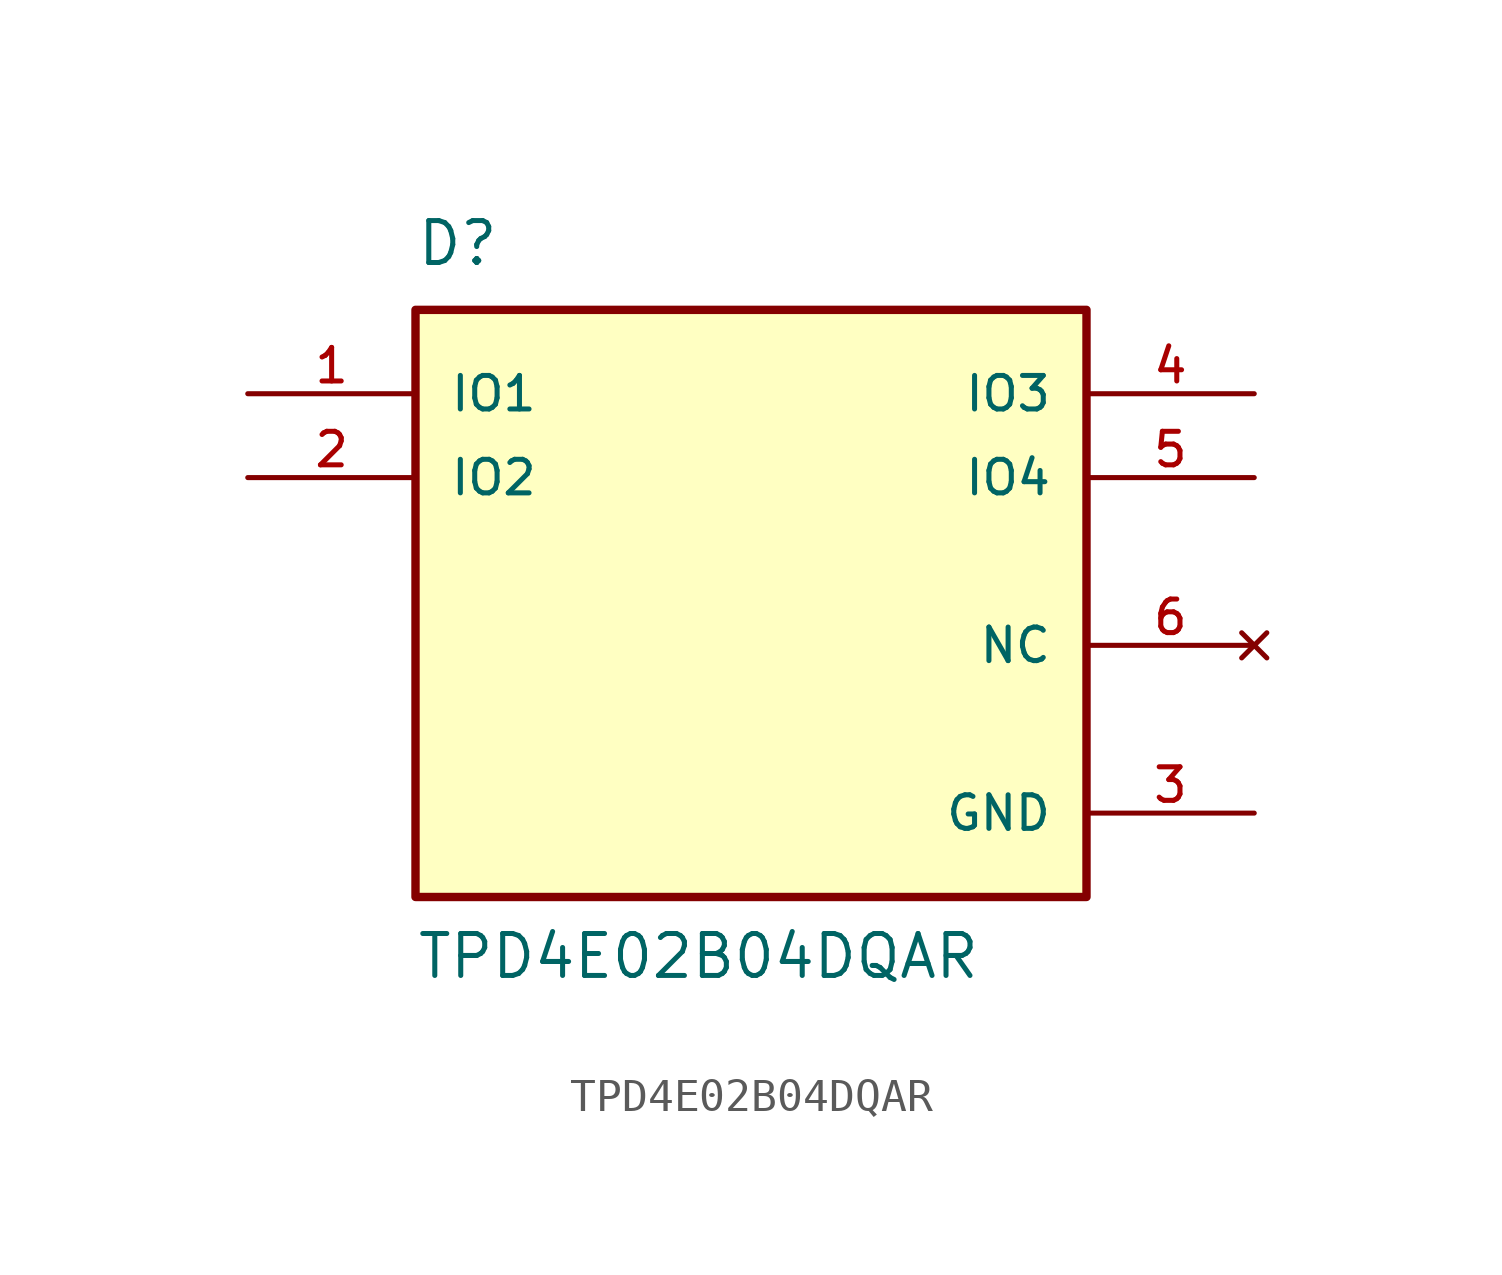
<source format=kicad_sym>
(kicad_symbol_lib
  (version 20211014)
  (generator kicad_symbol_editor)
  (symbol "TPD4E02B04DQAR"
    (pin_names
      (offset 1.016))
    (property "Reference" "D"
      (at -10.16 8.89 0)
      (effects (font (size 1.27 1.27)) (justify bottom left)))
    (property "Value" "TPD4E02B04DQAR"
      (at -10.16 -12.7 0)
      (effects (font (size 1.27 1.27)) (justify bottom left)))
    (symbol "TPD4E02B04DQAR_0_0"
      (rectangle (start -10.16 -10.16) (end 10.16 7.62) (stroke (width 0.254)) (fill (type background)))
      (pin bidirectional line (at -15.24 5.08 0) (length 5.08) (name "IO1" (effects (font (size 1.016 1.016)))) (number "1" (effects (font (size 1.016 1.016)))))
      (pin bidirectional line (at -15.24 2.54 0) (length 5.08) (name "IO2" (effects (font (size 1.016 1.016)))) (number "2" (effects (font (size 1.016 1.016)))))
      (pin bidirectional line (at 15.24 5.08 180.0) (length 5.08) (name "IO3" (effects (font (size 1.016 1.016)))) (number "4" (effects (font (size 1.016 1.016)))))
      (pin bidirectional line (at 15.24 2.54 180.0) (length 5.08) (name "IO4" (effects (font (size 1.016 1.016)))) (number "5" (effects (font (size 1.016 1.016)))))
      (pin power_in line (at 15.24 -7.62 180.0) (length 5.08) (name "GND" (effects (font (size 1.016 1.016)))) (number "3" (effects (font (size 1.016 1.016)))))
      (pin power_in line (at 15.24 -7.62 180.0) (length 5.08) hide (name "GND" (effects (font (size 1.016 1.016)))) (number "8" (effects (font (size 1.016 1.016)))))
      (pin no_connect line (at 15.24 -2.54 180.0) (length 5.08) (name "NC" (effects (font (size 1.016 1.016)))) (number "6" (effects (font (size 1.016 1.016)))))
      (pin no_connect line (at 15.24 -2.54 180.0) (length 5.08) hide (name "NC" (effects (font (size 1.016 1.016)))) (number "7" (effects (font (size 1.016 1.016)))))
      (pin no_connect line (at 15.24 -2.54 180.0) (length 5.08) hide (name "NC" (effects (font (size 1.016 1.016)))) (number "9" (effects (font (size 1.016 1.016)))))
      (pin no_connect line (at 15.24 -2.54 180.0) (length 5.08) hide (name "NC" (effects (font (size 1.016 1.016)))) (number "10" (effects (font (size 1.016 1.016))))))))
</source>
